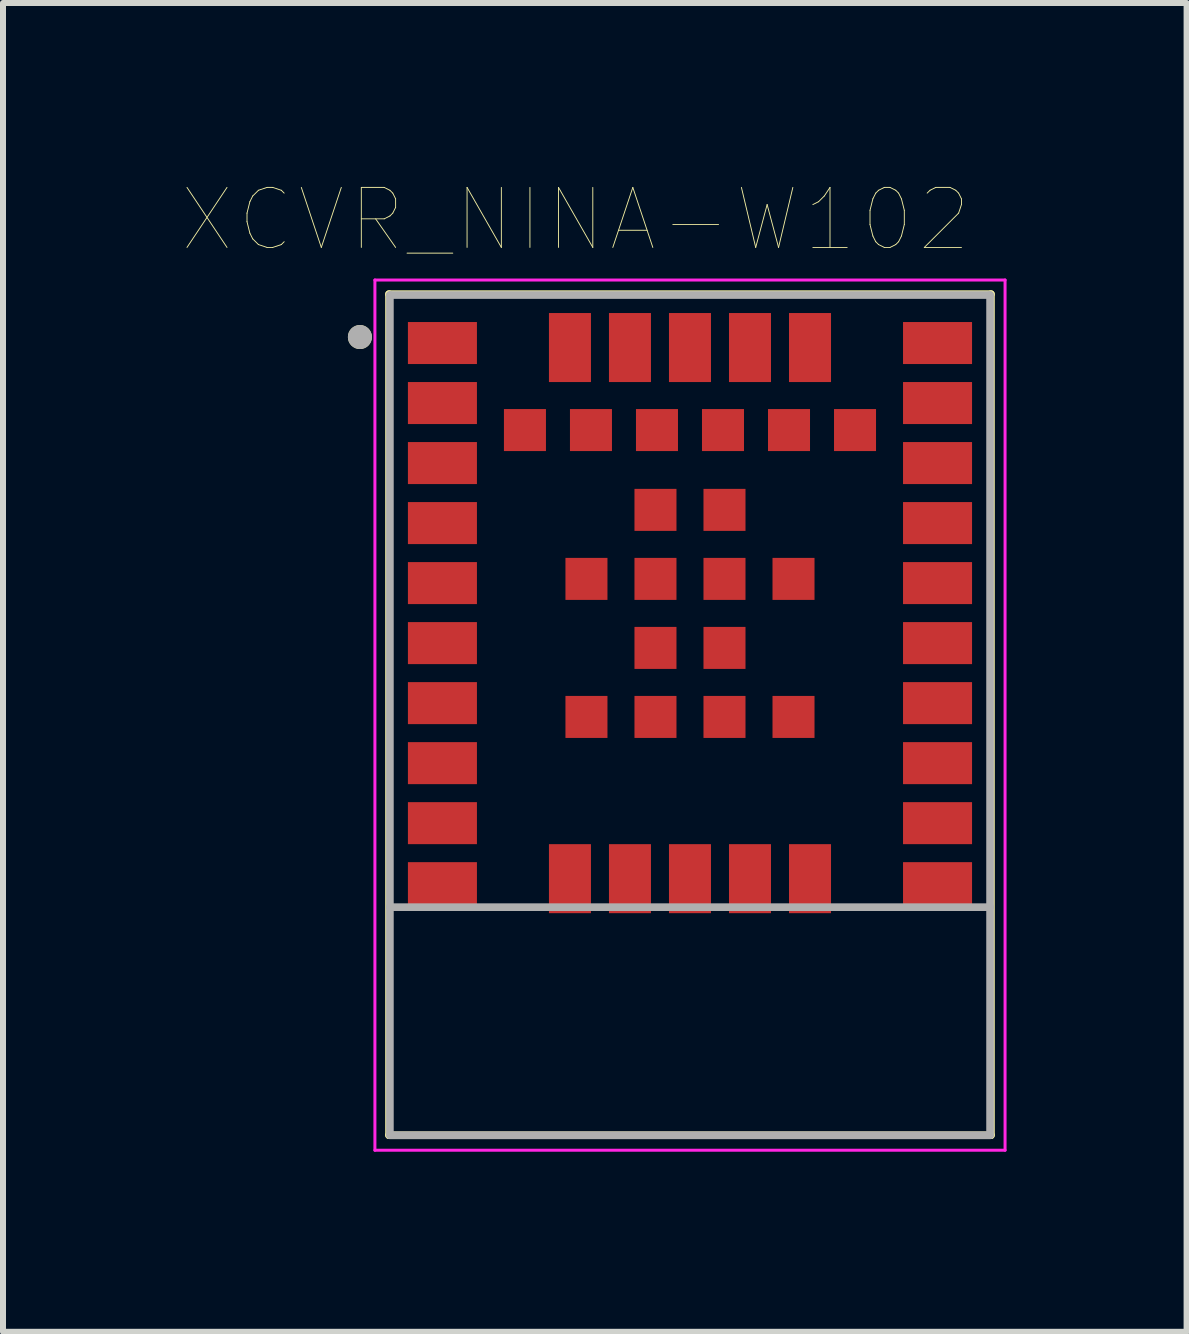
<source format=kicad_pcb>
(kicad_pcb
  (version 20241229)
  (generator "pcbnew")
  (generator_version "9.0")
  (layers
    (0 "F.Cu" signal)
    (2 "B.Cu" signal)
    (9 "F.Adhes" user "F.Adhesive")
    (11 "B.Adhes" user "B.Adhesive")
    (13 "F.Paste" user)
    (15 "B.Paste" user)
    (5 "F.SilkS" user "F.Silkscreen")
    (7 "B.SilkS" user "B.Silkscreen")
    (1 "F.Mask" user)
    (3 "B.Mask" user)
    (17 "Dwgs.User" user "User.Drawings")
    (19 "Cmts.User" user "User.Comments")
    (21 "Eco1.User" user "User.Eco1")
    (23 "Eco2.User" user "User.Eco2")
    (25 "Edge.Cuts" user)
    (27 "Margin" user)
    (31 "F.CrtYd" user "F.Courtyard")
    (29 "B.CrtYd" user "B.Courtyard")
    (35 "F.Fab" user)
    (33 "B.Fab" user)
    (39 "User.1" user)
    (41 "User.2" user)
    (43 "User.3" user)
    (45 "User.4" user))
  (footprint "XCVR_NINA-W102"
    (layer "F.Cu")
    (at 8.447 8.866)
    (property "Reference" "XCVR_NINA-W102" (at -1.905 -8.255 0) (layer "F.SilkS") (effects (font (size 1 1) (thickness 0.015))))
    (attr through_hole)
    (fp_line (start -5.015 -7.015) (end 5.015 -7.015) (stroke (width 0.127) (type solid)) (layer "F.SilkS"))
    (fp_line (start -5.015 7) (end -5.015 -7.015) (stroke (width 0.127) (type solid)) (layer "F.SilkS"))
    (fp_line (start 5.015 -7.015) (end 5.015 7) (stroke (width 0.127) (type solid)) (layer "F.SilkS"))
    (fp_line (start 5.015 7) (end -5.015 7) (stroke (width 0.127) (type solid)) (layer "F.SilkS"))
    (fp_circle (center -5.5 -6.3) (end -5.4 -6.3) (stroke (width 0.2) (type solid)) (fill no) (layer "F.SilkS"))
    (fp_line (start -5.25 -7.25) (end 5.25 -7.25) (stroke (width 0.05) (type solid)) (layer "F.CrtYd"))
    (fp_line (start -5.25 7.25) (end -5.25 -7.25) (stroke (width 0.05) (type solid)) (layer "F.CrtYd"))
    (fp_line (start 5.25 -7.25) (end 5.25 7.25) (stroke (width 0.05) (type solid)) (layer "F.CrtYd"))
    (fp_line (start 5.25 7.25) (end -5.25 7.25) (stroke (width 0.05) (type solid)) (layer "F.CrtYd"))
    (fp_line (start -5 -7) (end 5 -7) (stroke (width 0.127) (type solid)) (layer "F.Fab"))
    (fp_line (start -5 3.2) (end -5 -7) (stroke (width 0.127) (type solid)) (layer "F.Fab"))
    (fp_line (start -5 7) (end -5 3.2) (stroke (width 0.127) (type solid)) (layer "F.Fab"))
    (fp_line (start 5 -7) (end 5 3.2) (stroke (width 0.127) (type solid)) (layer "F.Fab"))
    (fp_line (start 5 3.2) (end -5 3.2) (stroke (width 0.127) (type solid)) (layer "F.Fab"))
    (fp_line (start 5 3.2) (end 5 7) (stroke (width 0.127) (type solid)) (layer "F.Fab"))
    (fp_line (start 5 7) (end -5 7) (stroke (width 0.127) (type solid)) (layer "F.Fab"))
    (fp_circle (center -5.5 -6.3) (end -5.4 -6.3) (stroke (width 0.2) (type solid)) (fill no) (layer "F.Fab"))
    (pad "1" smd rect (at -4.125 -6.2) (size 1.15 0.7) (layers "F.Cu" "F.Mask" "F.Paste"))
    (pad "2" smd rect (at -4.125 -5.2) (size 1.15 0.7) (layers "F.Cu" "F.Mask" "F.Paste"))
    (pad "3" smd rect (at -4.125 -4.2) (size 1.15 0.7) (layers "F.Cu" "F.Mask" "F.Paste"))
    (pad "4" smd rect (at -4.125 -3.2) (size 1.15 0.7) (layers "F.Cu" "F.Mask" "F.Paste"))
    (pad "5" smd rect (at -4.125 -2.2) (size 1.15 0.7) (layers "F.Cu" "F.Mask" "F.Paste"))
    (pad "6" smd rect (at -4.125 -1.2) (size 1.15 0.7) (layers "F.Cu" "F.Mask" "F.Paste"))
    (pad "7" smd rect (at -4.125 -0.2) (size 1.15 0.7) (layers "F.Cu" "F.Mask" "F.Paste"))
    (pad "8" smd rect (at -4.125 0.8) (size 1.15 0.7) (layers "F.Cu" "F.Mask" "F.Paste"))
    (pad "9" smd rect (at -4.125 1.8) (size 1.15 0.7) (layers "F.Cu" "F.Mask" "F.Paste"))
    (pad "10" smd rect (at -4.125 2.8) (size 1.15 0.7) (layers "F.Cu" "F.Mask" "F.Paste"))
    (pad "11" smd rect (at -2 2.725) (size 0.7 1.15) (layers "F.Cu" "F.Mask" "F.Paste"))
    (pad "12" smd rect (at -1 2.725) (size 0.7 1.15) (layers "F.Cu" "F.Mask" "F.Paste"))
    (pad "13" smd rect (at 0 2.725) (size 0.7 1.15) (layers "F.Cu" "F.Mask" "F.Paste"))
    (pad "14" smd rect (at 1 2.725) (size 0.7 1.15) (layers "F.Cu" "F.Mask" "F.Paste"))
    (pad "15" smd rect (at 2 2.725) (size 0.7 1.15) (layers "F.Cu" "F.Mask" "F.Paste"))
    (pad "16" smd rect (at 4.125 2.8) (size 1.15 0.7) (layers "F.Cu" "F.Mask" "F.Paste"))
    (pad "17" smd rect (at 4.125 1.8) (size 1.15 0.7) (layers "F.Cu" "F.Mask" "F.Paste"))
    (pad "18" smd rect (at 4.125 0.8) (size 1.15 0.7) (layers "F.Cu" "F.Mask" "F.Paste"))
    (pad "19" smd rect (at 4.125 -0.2) (size 1.15 0.7) (layers "F.Cu" "F.Mask" "F.Paste"))
    (pad "20" smd rect (at 4.125 -1.2) (size 1.15 0.7) (layers "F.Cu" "F.Mask" "F.Paste"))
    (pad "21" smd rect (at 4.125 -2.2) (size 1.15 0.7) (layers "F.Cu" "F.Mask" "F.Paste"))
    (pad "22" smd rect (at 4.125 -3.2) (size 1.15 0.7) (layers "F.Cu" "F.Mask" "F.Paste"))
    (pad "23" smd rect (at 4.125 -4.2) (size 1.15 0.7) (layers "F.Cu" "F.Mask" "F.Paste"))
    (pad "24" smd rect (at 4.125 -5.2) (size 1.15 0.7) (layers "F.Cu" "F.Mask" "F.Paste"))
    (pad "25" smd rect (at 4.125 -6.2) (size 1.15 0.7) (layers "F.Cu" "F.Mask" "F.Paste"))
    (pad "26" smd rect (at 2 -6.125) (size 0.7 1.15) (layers "F.Cu" "F.Mask" "F.Paste"))
    (pad "27" smd rect (at 1 -6.125) (size 0.7 1.15) (layers "F.Cu" "F.Mask" "F.Paste"))
    (pad "28" smd rect (at 0 -6.125) (size 0.7 1.15) (layers "F.Cu" "F.Mask" "F.Paste"))
    (pad "29" smd rect (at -1 -6.125) (size 0.7 1.15) (layers "F.Cu" "F.Mask" "F.Paste"))
    (pad "30" smd rect (at -2 -6.125) (size 0.7 1.15) (layers "F.Cu" "F.Mask" "F.Paste"))
    (pad "31" smd rect (at -2.75 -4.75) (size 0.7 0.7) (layers "F.Cu" "F.Mask" "F.Paste"))
    (pad "32" smd rect (at -1.65 -4.75) (size 0.7 0.7) (layers "F.Cu" "F.Mask" "F.Paste"))
    (pad "33" smd rect (at -0.55 -4.75) (size 0.7 0.7) (layers "F.Cu" "F.Mask" "F.Paste"))
    (pad "34" smd rect (at 0.55 -4.75) (size 0.7 0.7) (layers "F.Cu" "F.Mask" "F.Paste"))
    (pad "35" smd rect (at 1.65 -4.75) (size 0.7 0.7) (layers "F.Cu" "F.Mask" "F.Paste"))
    (pad "36" smd rect (at 2.75 -4.75) (size 0.7 0.7) (layers "F.Cu" "F.Mask" "F.Paste"))
    (pad "37" smd rect (at -0.575 -3.42) (size 0.7 0.7) (layers "F.Cu" "F.Mask" "F.Paste"))
    (pad "38" smd rect (at 0.575 -3.42) (size 0.7 0.7) (layers "F.Cu" "F.Mask" "F.Paste"))
    (pad "39" smd rect (at -1.725 -2.27) (size 0.7 0.7) (layers "F.Cu" "F.Mask" "F.Paste"))
    (pad "40" smd rect (at -0.575 -2.27) (size 0.7 0.7) (layers "F.Cu" "F.Mask" "F.Paste"))
    (pad "41" smd rect (at 0.575 -2.27) (size 0.7 0.7) (layers "F.Cu" "F.Mask" "F.Paste"))
    (pad "42" smd rect (at 1.725 -2.27) (size 0.7 0.7) (layers "F.Cu" "F.Mask" "F.Paste"))
    (pad "43" smd rect (at -0.575 -1.12) (size 0.7 0.7) (layers "F.Cu" "F.Mask" "F.Paste"))
    (pad "44" smd rect (at 0.575 -1.12) (size 0.7 0.7) (layers "F.Cu" "F.Mask" "F.Paste"))
    (pad "45" smd rect (at -1.725 0.03) (size 0.7 0.7) (layers "F.Cu" "F.Mask" "F.Paste"))
    (pad "46" smd rect (at -0.575 0.03) (size 0.7 0.7) (layers "F.Cu" "F.Mask" "F.Paste"))
    (pad "47" smd rect (at 0.575 0.03) (size 0.7 0.7) (layers "F.Cu" "F.Mask" "F.Paste"))
    (pad "48" smd rect (at 1.725 0.03) (size 0.7 0.7) (layers "F.Cu" "F.Mask" "F.Paste")))
  (gr_rect
    (start -3 -3)
    (end 16.722 19.141)
    (stroke (width 0.1) (type default))
    (fill no)
    (layer "Edge.Cuts")))
</source>
